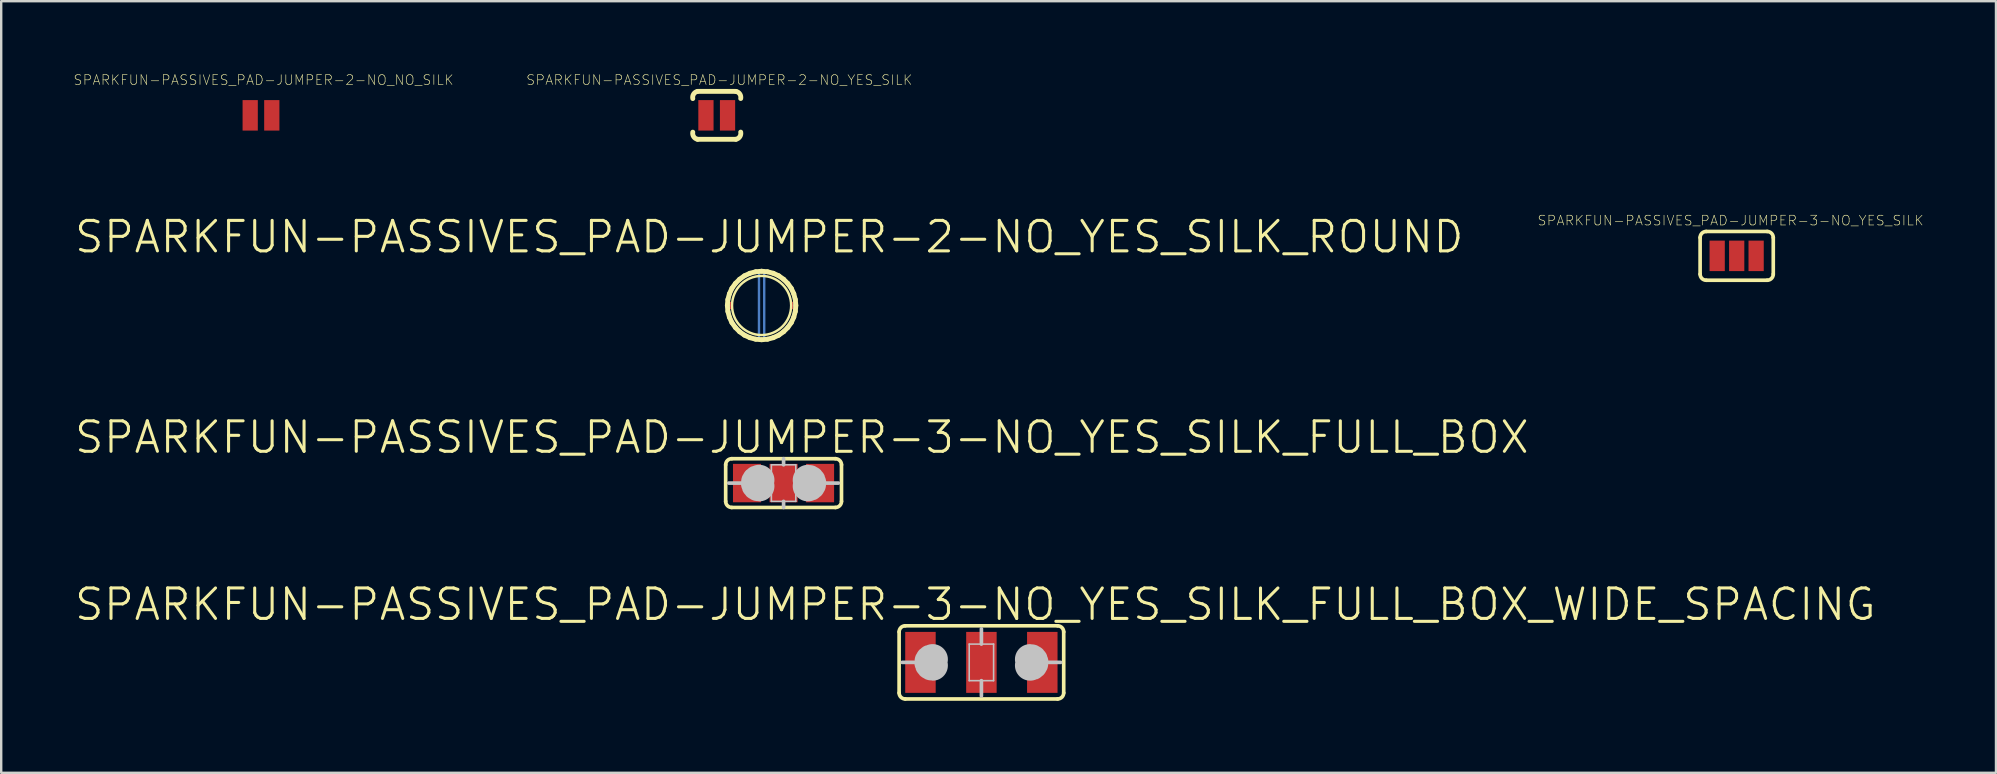
<source format=kicad_pcb>
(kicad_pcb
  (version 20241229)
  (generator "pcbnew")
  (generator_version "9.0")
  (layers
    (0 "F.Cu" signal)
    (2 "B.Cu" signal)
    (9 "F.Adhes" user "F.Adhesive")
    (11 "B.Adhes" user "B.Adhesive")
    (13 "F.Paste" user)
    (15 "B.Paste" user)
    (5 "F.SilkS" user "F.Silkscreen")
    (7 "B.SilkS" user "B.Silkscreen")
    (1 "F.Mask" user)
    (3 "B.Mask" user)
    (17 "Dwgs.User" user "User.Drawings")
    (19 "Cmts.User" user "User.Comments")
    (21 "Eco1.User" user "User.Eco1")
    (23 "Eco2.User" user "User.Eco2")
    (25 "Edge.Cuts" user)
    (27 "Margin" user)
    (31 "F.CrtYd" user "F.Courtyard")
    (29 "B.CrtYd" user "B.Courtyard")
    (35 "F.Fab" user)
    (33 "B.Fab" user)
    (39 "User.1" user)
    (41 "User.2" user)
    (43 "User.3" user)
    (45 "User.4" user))
  (footprint "SPARKFUN-PASSIVES_PAD-JUMPER-2-NO_YES_SILK_ROUND"
    (layer "F.Cu")
    (at 28.684 9.679)
    (property "Reference" "SPARKFUN-PASSIVES_PAD-JUMPER-2-NO_YES_SILK_ROUND" (at 0.318 -2.857 0) (layer "F.SilkS") (effects (font (size 1.27 1.27) (thickness 0.127))))
    (attr smd)
    (fp_line (start -1.379 0) (end -1.364 -0.231) (stroke (width 0.1) (type solid)) (layer "B.Cu"))
    (fp_line (start -1.364 -0.231) (end -1.311 -0.457) (stroke (width 0.1) (type solid)) (layer "B.Cu"))
    (fp_line (start -1.364 0.231) (end -1.379 0) (stroke (width 0.1) (type solid)) (layer "B.Cu"))
    (fp_line (start -1.311 -0.457) (end -1.222 -0.673) (stroke (width 0.1) (type solid)) (layer "B.Cu"))
    (fp_line (start -1.311 0.457) (end -1.364 0.231) (stroke (width 0.1) (type solid)) (layer "B.Cu"))
    (fp_line (start -1.222 -0.673) (end -1.097 -0.869) (stroke (width 0.1) (type solid)) (layer "B.Cu"))
    (fp_line (start -1.222 0.673) (end -1.311 0.457) (stroke (width 0.1) (type solid)) (layer "B.Cu"))
    (fp_line (start -1.097 -0.869) (end -0.942 -1.044) (stroke (width 0.1) (type solid)) (layer "B.Cu"))
    (fp_line (start -1.097 0.869) (end -1.222 0.673) (stroke (width 0.1) (type solid)) (layer "B.Cu"))
    (fp_line (start -0.942 -1.044) (end -0.759 -1.191) (stroke (width 0.1) (type solid)) (layer "B.Cu"))
    (fp_line (start -0.942 1.044) (end -1.097 0.869) (stroke (width 0.1) (type solid)) (layer "B.Cu"))
    (fp_line (start -0.759 -1.191) (end -0.559 -1.306) (stroke (width 0.1) (type solid)) (layer "B.Cu"))
    (fp_line (start -0.759 1.191) (end -0.942 1.044) (stroke (width 0.1) (type solid)) (layer "B.Cu"))
    (fp_line (start -0.559 -1.306) (end -0.338 -1.384) (stroke (width 0.1) (type solid)) (layer "B.Cu"))
    (fp_line (start -0.559 1.306) (end -0.759 1.191) (stroke (width 0.1) (type solid)) (layer "B.Cu"))
    (fp_line (start -0.338 -1.384) (end -0.109 -1.427) (stroke (width 0.1) (type solid)) (layer "B.Cu"))
    (fp_line (start -0.338 1.384) (end -0.559 1.306) (stroke (width 0.1) (type solid)) (layer "B.Cu"))
    (fp_line (start -0.109 -1.427) (end -0.109 1.427) (stroke (width 0.1) (type solid)) (layer "B.Cu"))
    (fp_line (start -0.109 1.427) (end -0.338 1.384) (stroke (width 0.1) (type solid)) (layer "B.Cu"))
    (fp_line (start 0.109 -1.427) (end 0.109 1.427) (stroke (width 0.1) (type solid)) (layer "B.Cu"))
    (fp_line (start 0.109 1.427) (end 0.338 1.384) (stroke (width 0.1) (type solid)) (layer "B.Cu"))
    (fp_line (start 0.338 -1.384) (end 0.109 -1.427) (stroke (width 0.1) (type solid)) (layer "B.Cu"))
    (fp_line (start 0.338 1.384) (end 0.559 1.306) (stroke (width 0.1) (type solid)) (layer "B.Cu"))
    (fp_line (start 0.559 -1.306) (end 0.338 -1.384) (stroke (width 0.1) (type solid)) (layer "B.Cu"))
    (fp_line (start 0.559 1.306) (end 0.759 1.191) (stroke (width 0.1) (type solid)) (layer "B.Cu"))
    (fp_line (start 0.759 -1.191) (end 0.559 -1.306) (stroke (width 0.1) (type solid)) (layer "B.Cu"))
    (fp_line (start 0.759 1.191) (end 0.942 1.044) (stroke (width 0.1) (type solid)) (layer "B.Cu"))
    (fp_line (start 0.942 -1.044) (end 0.759 -1.191) (stroke (width 0.1) (type solid)) (layer "B.Cu"))
    (fp_line (start 0.942 1.044) (end 1.097 0.869) (stroke (width 0.1) (type solid)) (layer "B.Cu"))
    (fp_line (start 1.097 -0.869) (end 0.942 -1.044) (stroke (width 0.1) (type solid)) (layer "B.Cu"))
    (fp_line (start 1.097 0.869) (end 1.222 0.673) (stroke (width 0.1) (type solid)) (layer "B.Cu"))
    (fp_line (start 1.222 -0.673) (end 1.097 -0.869) (stroke (width 0.1) (type solid)) (layer "B.Cu"))
    (fp_line (start 1.222 0.673) (end 1.311 0.457) (stroke (width 0.1) (type solid)) (layer "B.Cu"))
    (fp_line (start 1.311 -0.457) (end 1.222 -0.673) (stroke (width 0.1) (type solid)) (layer "B.Cu"))
    (fp_line (start 1.311 0.457) (end 1.364 0.231) (stroke (width 0.1) (type solid)) (layer "B.Cu"))
    (fp_line (start 1.364 -0.231) (end 1.311 -0.457) (stroke (width 0.1) (type solid)) (layer "B.Cu"))
    (fp_line (start 1.364 0.231) (end 1.379 0) (stroke (width 0.1) (type solid)) (layer "B.Cu"))
    (fp_line (start 1.379 0) (end 1.364 -0.231) (stroke (width 0.1) (type solid)) (layer "B.Cu"))
    (fp_line (start -1.427 0) (end -1.405 -0.246) (stroke (width 0.203) (type solid)) (layer "F.SilkS"))
    (fp_line (start -1.405 -0.246) (end -1.341 -0.488) (stroke (width 0.203) (type solid)) (layer "F.SilkS"))
    (fp_line (start -1.405 0.246) (end -1.427 0) (stroke (width 0.203) (type solid)) (layer "F.SilkS"))
    (fp_line (start -1.341 -0.488) (end -1.237 -0.714) (stroke (width 0.203) (type solid)) (layer "F.SilkS"))
    (fp_line (start -1.341 0.488) (end -1.405 0.246) (stroke (width 0.203) (type solid)) (layer "F.SilkS"))
    (fp_line (start -1.237 -0.714) (end -1.092 -0.917) (stroke (width 0.203) (type solid)) (layer "F.SilkS"))
    (fp_line (start -1.237 0.714) (end -1.341 0.488) (stroke (width 0.203) (type solid)) (layer "F.SilkS"))
    (fp_line (start -1.092 -0.917) (end -0.917 -1.092) (stroke (width 0.203) (type solid)) (layer "F.SilkS"))
    (fp_line (start -1.092 0.917) (end -1.237 0.714) (stroke (width 0.203) (type solid)) (layer "F.SilkS"))
    (fp_line (start -0.917 -1.092) (end -0.714 -1.237) (stroke (width 0.203) (type solid)) (layer "F.SilkS"))
    (fp_line (start -0.917 1.092) (end -1.092 0.917) (stroke (width 0.203) (type solid)) (layer "F.SilkS"))
    (fp_line (start -0.714 -1.237) (end -0.488 -1.341) (stroke (width 0.203) (type solid)) (layer "F.SilkS"))
    (fp_line (start -0.714 1.237) (end -0.917 1.092) (stroke (width 0.203) (type solid)) (layer "F.SilkS"))
    (fp_line (start -0.488 -1.341) (end -0.246 -1.405) (stroke (width 0.203) (type solid)) (layer "F.SilkS"))
    (fp_line (start -0.488 1.341) (end -0.714 1.237) (stroke (width 0.203) (type solid)) (layer "F.SilkS"))
    (fp_line (start -0.246 -1.405) (end 0 -1.427) (stroke (width 0.203) (type solid)) (layer "F.SilkS"))
    (fp_line (start -0.246 1.405) (end -0.488 1.341) (stroke (width 0.203) (type solid)) (layer "F.SilkS"))
    (fp_line (start 0 -1.427) (end 0.246 -1.405) (stroke (width 0.203) (type solid)) (layer "F.SilkS"))
    (fp_line (start 0 1.427) (end -0.246 1.405) (stroke (width 0.203) (type solid)) (layer "F.SilkS"))
    (fp_line (start 0.246 -1.405) (end 0.488 -1.341) (stroke (width 0.203) (type solid)) (layer "F.SilkS"))
    (fp_line (start 0.246 1.405) (end 0 1.427) (stroke (width 0.203) (type solid)) (layer "F.SilkS"))
    (fp_line (start 0.488 -1.341) (end 0.714 -1.237) (stroke (width 0.203) (type solid)) (layer "F.SilkS"))
    (fp_line (start 0.488 1.341) (end 0.246 1.405) (stroke (width 0.203) (type solid)) (layer "F.SilkS"))
    (fp_line (start 0.714 -1.237) (end 0.917 -1.092) (stroke (width 0.203) (type solid)) (layer "F.SilkS"))
    (fp_line (start 0.714 1.237) (end 0.488 1.341) (stroke (width 0.203) (type solid)) (layer "F.SilkS"))
    (fp_line (start 0.917 -1.092) (end 1.092 -0.917) (stroke (width 0.203) (type solid)) (layer "F.SilkS"))
    (fp_line (start 0.917 1.092) (end 0.714 1.237) (stroke (width 0.203) (type solid)) (layer "F.SilkS"))
    (fp_line (start 1.092 -0.917) (end 1.237 -0.714) (stroke (width 0.203) (type solid)) (layer "F.SilkS"))
    (fp_line (start 1.092 0.917) (end 0.917 1.092) (stroke (width 0.203) (type solid)) (layer "F.SilkS"))
    (fp_line (start 1.237 -0.714) (end 1.341 -0.488) (stroke (width 0.203) (type solid)) (layer "F.SilkS"))
    (fp_line (start 1.237 0.714) (end 1.092 0.917) (stroke (width 0.203) (type solid)) (layer "F.SilkS"))
    (fp_line (start 1.341 -0.488) (end 1.405 -0.246) (stroke (width 0.203) (type solid)) (layer "F.SilkS"))
    (fp_line (start 1.341 0.488) (end 1.237 0.714) (stroke (width 0.203) (type solid)) (layer "F.SilkS"))
    (fp_line (start 1.405 -0.246) (end 1.427 0) (stroke (width 0.203) (type solid)) (layer "F.SilkS"))
    (fp_line (start 1.405 0.246) (end 1.341 0.488) (stroke (width 0.203) (type solid)) (layer "F.SilkS"))
    (fp_line (start 1.427 0) (end 1.405 0.246) (stroke (width 0.203) (type solid)) (layer "F.SilkS"))
    (fp_circle (center 0 0) (end -0.871 0.871) (stroke (width 0.102) (type solid)) (fill no) (layer "F.SilkS"))
    (pad "1" smd rect (at -1.27 0 270) (size 0.305 0.152) (layers "F.Cu" "F.Mask" "F.Paste"))
    (pad "2" smd rect (at 1.267 0 90) (size 0.305 0.152) (layers "F.Cu" "F.Mask" "F.Paste")))
  (footprint "SPARKFUN-PASSIVES_PAD-JUMPER-2-NO_NO_SILK"
    (layer "F.Cu")
    (at 7.825 1.756)
    (property "Reference" "SPARKFUN-PASSIVES_PAD-JUMPER-2-NO_NO_SILK" (at 0.107 -1.473 0) (layer "F.SilkS") (effects (font (size 0.406 0.406) (thickness 0.025))))
    (attr smd)
    (pad "1" smd rect (at -0.45 0) (size 0.635 1.27) (layers "F.Cu" "F.Mask" "F.Paste"))
    (pad "2" smd rect (at 0.45 0) (size 0.635 1.27) (layers "F.Cu" "F.Mask" "F.Paste")))
  (footprint "SPARKFUN-PASSIVES_PAD-JUMPER-3-NO_YES_SILK_FULL_BOX_WIDE_SPACING"
    (layer "F.Cu")
    (at 37.843 24.55)
    (property "Reference" "SPARKFUN-PASSIVES_PAD-JUMPER-3-NO_YES_SILK_FULL_BOX_WIDE_SPACING" (at -0.254 -2.413 0) (layer "F.SilkS") (effects (font (size 1.27 1.27) (thickness 0.127))))
    (attr smd)
    (fp_line (start -3.429 1.27) (end -3.429 -1.27) (stroke (width 0.152) (type solid)) (layer "F.SilkS"))
    (fp_line (start -3.175 -1.524) (end 3.175 -1.524) (stroke (width 0.152) (type solid)) (layer "F.SilkS"))
    (fp_line (start 3.175 1.524) (end -3.175 1.524) (stroke (width 0.152) (type solid)) (layer "F.SilkS"))
    (fp_line (start 3.429 1.27) (end 3.429 -1.27) (stroke (width 0.152) (type solid)) (layer "F.SilkS"))
    (fp_arc (start -3.429 -1.27) (mid -3.354605 -1.449605) (end -3.175 -1.524) (stroke (width 0.1524) (type solid)) (layer "F.SilkS"))
    (fp_arc (start -3.175 1.524) (mid -3.354605 1.449605) (end -3.429 1.27) (stroke (width 0.1524) (type solid)) (layer "F.SilkS"))
    (fp_arc (start 3.175 -1.524) (mid 3.354605 -1.449605) (end 3.429 -1.27) (stroke (width 0.1524) (type solid)) (layer "F.SilkS"))
    (fp_arc (start 3.429 1.27) (mid 3.354605 1.449605) (end 3.175 1.524) (stroke (width 0.1524) (type solid)) (layer "F.SilkS"))
    (fp_line (start -2.794 0) (end -3.302 0) (stroke (width 0.152) (type solid)) (layer "Dwgs.User"))
    (fp_line (start -0.508 -0.762) (end 0.508 -0.762) (stroke (width 0.066) (type solid)) (layer "Dwgs.User"))
    (fp_line (start -0.508 0.762) (end -0.508 -0.762) (stroke (width 0.066) (type solid)) (layer "Dwgs.User"))
    (fp_line (start -0.508 0.762) (end 0.508 0.762) (stroke (width 0.066) (type solid)) (layer "Dwgs.User"))
    (fp_line (start 0 -0.762) (end 0 -1.397) (stroke (width 0.152) (type solid)) (layer "Dwgs.User"))
    (fp_line (start 0 1.397) (end 0 0.762) (stroke (width 0.152) (type solid)) (layer "Dwgs.User"))
    (fp_line (start 0.508 0.762) (end 0.508 -0.762) (stroke (width 0.066) (type solid)) (layer "Dwgs.User"))
    (fp_line (start 2.794 0) (end 3.302 0) (stroke (width 0.152) (type solid)) (layer "Dwgs.User"))
    (fp_arc (start -2.032 0.127) (mid -2.159 0) (end -2.032 -0.127) (stroke (width 1.27) (type solid)) (layer "Dwgs.User"))
    (fp_arc (start 2.032 -0.127) (mid 2.159 0) (end 2.032 0.127) (stroke (width 1.27) (type solid)) (layer "Dwgs.User"))
    (pad "1" smd rect (at -2.54 0) (size 1.27 2.54) (layers "F.Cu" "F.Mask" "F.Paste"))
    (pad "2" smd rect (at 0 0) (size 1.27 2.54) (layers "F.Cu" "F.Mask" "F.Paste"))
    (pad "3" smd rect (at 2.537 0) (size 1.27 2.54) (layers "F.Cu" "F.Mask" "F.Paste")))
  (footprint "SPARKFUN-PASSIVES_PAD-JUMPER-3-NO_YES_SILK"
    (layer "F.Cu")
    (at 69.314 7.611)
    (property "Reference" "SPARKFUN-PASSIVES_PAD-JUMPER-3-NO_YES_SILK" (at -0.254 -1.473 0) (layer "F.SilkS") (effects (font (size 0.406 0.406) (thickness 0.025))))
    (attr smd)
    (fp_line (start -1.524 0.762) (end -1.524 -0.762) (stroke (width 0.152) (type solid)) (layer "F.SilkS"))
    (fp_line (start -1.27 -1.016) (end 1.27 -1.016) (stroke (width 0.152) (type solid)) (layer "F.SilkS"))
    (fp_line (start 1.27 1.016) (end -1.27 1.016) (stroke (width 0.152) (type solid)) (layer "F.SilkS"))
    (fp_line (start 1.524 0.762) (end 1.524 -0.762) (stroke (width 0.152) (type solid)) (layer "F.SilkS"))
    (fp_arc (start -1.524 -0.762) (mid -1.449605 -0.941605) (end -1.27 -1.016) (stroke (width 0.1524) (type solid)) (layer "F.SilkS"))
    (fp_arc (start -1.27 1.016) (mid -1.449605 0.941605) (end -1.524 0.762) (stroke (width 0.1524) (type solid)) (layer "F.SilkS"))
    (fp_arc (start 1.27 -1.016) (mid 1.449605 -0.941605) (end 1.524 -0.762) (stroke (width 0.1524) (type solid)) (layer "F.SilkS"))
    (fp_arc (start 1.524 0.762) (mid 1.449605 0.941605) (end 1.27 1.016) (stroke (width 0.1524) (type solid)) (layer "F.SilkS"))
    (pad "1" smd rect (at -0.813 0) (size 0.635 1.27) (layers "F.Cu" "F.Mask" "F.Paste"))
    (pad "2" smd rect (at 0 0) (size 0.635 1.27) (layers "F.Cu" "F.Mask" "F.Paste"))
    (pad "3" smd rect (at 0.81 0) (size 0.635 1.27) (layers "F.Cu" "F.Mask" "F.Paste")))
  (footprint "SPARKFUN-PASSIVES_PAD-JUMPER-3-NO_YES_SILK_FULL_BOX"
    (layer "F.Cu")
    (at 29.6 17.079)
    (property "Reference" "SPARKFUN-PASSIVES_PAD-JUMPER-3-NO_YES_SILK_FULL_BOX" (at 0.762 -1.905 0) (layer "F.SilkS") (effects (font (size 1.27 1.27) (thickness 0.127))))
    (attr smd)
    (fp_line (start -2.413 0.762) (end -2.413 -0.762) (stroke (width 0.152) (type solid)) (layer "F.SilkS"))
    (fp_line (start -2.159 -1.016) (end 2.159 -1.016) (stroke (width 0.152) (type solid)) (layer "F.SilkS"))
    (fp_line (start 2.159 1.016) (end -2.159 1.016) (stroke (width 0.152) (type solid)) (layer "F.SilkS"))
    (fp_line (start 2.413 0.762) (end 2.413 -0.762) (stroke (width 0.152) (type solid)) (layer "F.SilkS"))
    (fp_arc (start -2.413 -0.762) (mid -2.338605 -0.941605) (end -2.159 -1.016) (stroke (width 0.1524) (type solid)) (layer "F.SilkS"))
    (fp_arc (start -2.159 1.016) (mid -2.338605 0.941605) (end -2.413 0.762) (stroke (width 0.1524) (type solid)) (layer "F.SilkS"))
    (fp_arc (start 2.159 -1.016) (mid 2.338605 -0.941605) (end 2.413 -0.762) (stroke (width 0.1524) (type solid)) (layer "F.SilkS"))
    (fp_arc (start 2.413 0.762) (mid 2.338605 0.941605) (end 2.159 1.016) (stroke (width 0.1524) (type solid)) (layer "F.SilkS"))
    (fp_line (start -1.778 0) (end -2.286 0) (stroke (width 0.152) (type solid)) (layer "Dwgs.User"))
    (fp_line (start -0.508 -0.762) (end 0.508 -0.762) (stroke (width 0.066) (type solid)) (layer "Dwgs.User"))
    (fp_line (start -0.508 0.762) (end -0.508 -0.762) (stroke (width 0.066) (type solid)) (layer "Dwgs.User"))
    (fp_line (start -0.508 0.762) (end 0.508 0.762) (stroke (width 0.066) (type solid)) (layer "Dwgs.User"))
    (fp_line (start 0 -0.762) (end 0 -1.016) (stroke (width 0.152) (type solid)) (layer "Dwgs.User"))
    (fp_line (start 0 1.016) (end 0 0.762) (stroke (width 0.152) (type solid)) (layer "Dwgs.User"))
    (fp_line (start 0.508 0.762) (end 0.508 -0.762) (stroke (width 0.066) (type solid)) (layer "Dwgs.User"))
    (fp_line (start 1.778 0) (end 2.286 0) (stroke (width 0.152) (type solid)) (layer "Dwgs.User"))
    (fp_arc (start -1.016 0.127) (mid -1.143 0) (end -1.016 -0.127) (stroke (width 1.27) (type solid)) (layer "Dwgs.User"))
    (fp_arc (start 1.016 -0.127) (mid 1.143 0) (end 1.016 0.127) (stroke (width 1.27) (type solid)) (layer "Dwgs.User"))
    (pad "1" smd rect (at -1.524 0) (size 1.168 1.6) (layers "F.Cu" "F.Mask" "F.Paste"))
    (pad "2" smd rect (at 0 0) (size 1.168 1.6) (layers "F.Cu" "F.Mask" "F.Paste"))
    (pad "3" smd rect (at 1.521 0) (size 1.168 1.6) (layers "F.Cu" "F.Mask" "F.Paste")))
  (footprint "SPARKFUN-PASSIVES_PAD-JUMPER-2-NO_YES_SILK"
    (layer "F.Cu")
    (at 26.815 1.756)
    (property "Reference" "SPARKFUN-PASSIVES_PAD-JUMPER-2-NO_YES_SILK" (at 0.107 -1.473 0) (layer "F.SilkS") (effects (font (size 0.406 0.406) (thickness 0.025))))
    (attr smd)
    (fp_line (start -0.798 -0.998) (end 0.798 -0.998) (stroke (width 0.203) (type solid)) (layer "F.SilkS"))
    (fp_line (start 0.798 0.998) (end -0.798 0.998) (stroke (width 0.203) (type solid)) (layer "F.SilkS"))
    (fp_arc (start -0.99822 -0.6985) (mid -0.961234 -0.889392) (end -0.8001 -0.99822) (stroke (width 0.2032) (type solid)) (layer "F.SilkS"))
    (fp_arc (start -0.79756 0.99822) (mid -0.959438 0.891188) (end -0.99822 0.70104) (stroke (width 0.2032) (type solid)) (layer "F.SilkS"))
    (fp_arc (start 0.79756 -0.99822) (mid 0.959438 -0.891188) (end 0.99822 -0.70104) (stroke (width 0.2032) (type solid)) (layer "F.SilkS"))
    (fp_arc (start 0.99822 0.6985) (mid 0.961234 0.889392) (end 0.8001 0.99822) (stroke (width 0.2032) (type solid)) (layer "F.SilkS"))
    (pad "1" smd rect (at -0.45 0) (size 0.635 1.27) (layers "F.Cu" "F.Mask" "F.Paste"))
    (pad "2" smd rect (at 0.45 0) (size 0.635 1.27) (layers "F.Cu" "F.Mask" "F.Paste")))
  (gr_rect
    (start -3 -3)
    (end 80.118 29.15)
    (stroke (width 0.1) (type default))
    (fill no)
    (layer "Edge.Cuts")))
</source>
